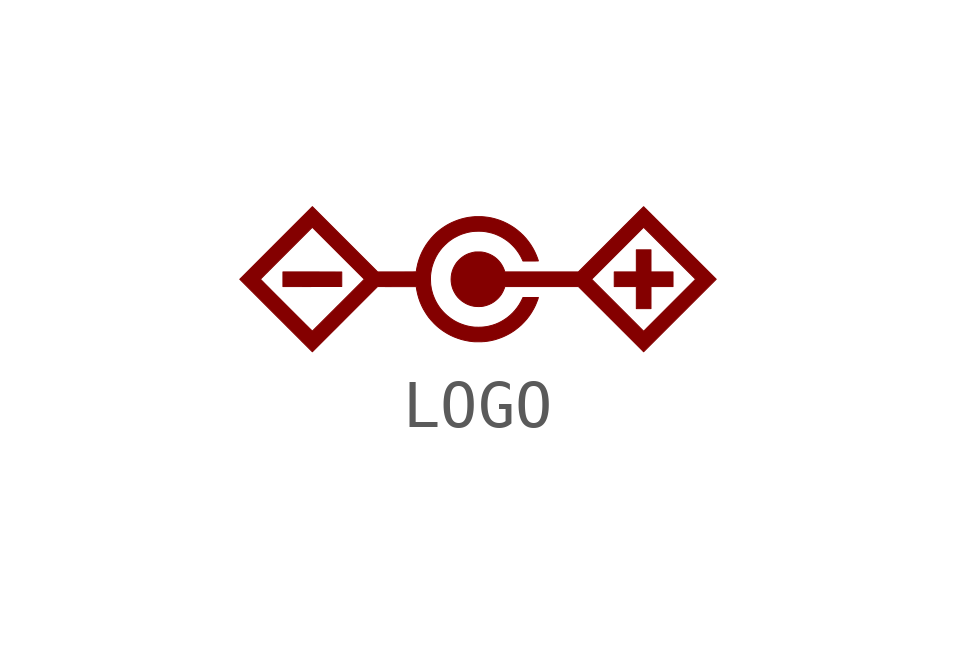
<source format=kicad_sym>
(kicad_symbol_lib
  (version 20220914)
  (generator "bitmap2component")
  (generator_version "9.0")
  (symbol "LOGO"
    (pin_names
      (offset 1.016))
    (property "Reference" "#G"
      (at 0 0.975 0)
      (effects (font (size 1.27 1.27)) hide))
    (symbol "LOGO_0_0"
      (polyline (pts (xy -3.463 -1.596) (xy -3.459 -1.592) (xy -3.451 -1.584) (xy -3.44 -1.573) (xy -3.425 -1.558) (xy -3.407 -1.54) (xy -3.386 -1.519) (xy -3.361 -1.494) (xy -3.334 -1.467) (xy -3.304 -1.437) (xy -3.272 -1.405) (xy -3.237 -1.37) (xy -3.2 -1.333) (xy -3.16 -1.293) (xy -3.119 -1.252) (xy -3.075 -1.208) (xy -3.03 -1.163) (xy -2.983 -1.117) (xy -2.935 -1.069) (xy -2.886 -1.019) (xy -2.835 -0.969) (xy -2.784 -0.917) (xy -2.105 -0.238) (xy -1.702 -0.239) (xy -1.3 -0.239) (xy -1.294 -0.28) (xy -1.287 -0.319) (xy -1.27 -0.399) (xy -1.247 -0.479) (xy -1.22 -0.557) (xy -1.187 -0.634) (xy -1.15 -0.708) (xy -1.108 -0.778) (xy -1.107 -0.78) (xy -1.099 -0.792) (xy -1.09 -0.806) (xy -1.08 -0.821) (xy -1.07 -0.836) (xy -1.06 -0.85) (xy -1.051 -0.863) (xy -1.043 -0.874) (xy -1.038 -0.881) (xy -1.035 -0.885) (xy -1.033 -0.887) (xy -1.028 -0.893) (xy -1.021 -0.901) (xy -1.012 -0.911) (xy -1.011 -0.913) (xy -0.996 -0.931) (xy -0.978 -0.951) (xy -0.959 -0.971) (xy -0.941 -0.991) (xy -0.923 -1.01) (xy -0.907 -1.025) (xy -0.901 -1.032) (xy -0.891 -1.04) (xy -0.884 -1.047) (xy -0.88 -1.052) (xy -0.873 -1.057) (xy -0.862 -1.067) (xy -0.848 -1.079) (xy -0.833 -1.091) (xy -0.816 -1.105) (xy -0.799 -1.118) (xy -0.784 -1.13) (xy -0.77 -1.14) (xy -0.726 -1.171) (xy -0.657 -1.214) (xy -0.585 -1.253) (xy -0.51 -1.287) (xy -0.433 -1.316) (xy -0.356 -1.341) (xy -0.277 -1.36) (xy -0.198 -1.375) (xy -0.185 -1.377) (xy -0.161 -1.38) (xy -0.14 -1.382) (xy -0.121 -1.384) (xy -0.102 -1.386) (xy -0.083 -1.387) (xy -0.061 -1.387) (xy -0.036 -1.387) (xy -0.007 -1.387) (xy 0.000300 -1.387) (xy 0.035 -1.387) (xy 0.065 -1.387) (xy 0.092 -1.385) (xy 0.117 -1.384) (xy 0.141 -1.381) (xy 0.165 -1.379) (xy 0.19 -1.375) (xy 0.203 -1.373) (xy 0.217 -1.371) (xy 0.228 -1.369) (xy 0.235 -1.368) (xy 0.237 -1.367) (xy 0.245 -1.366) (xy 0.25 -1.365) (xy 0.253 -1.364) (xy 0.26 -1.363) (xy 0.27 -1.36) (xy 0.282 -1.358) (xy 0.291 -1.356) (xy 0.344 -1.343) (xy 0.4 -1.325) (xy 0.457 -1.305) (xy 0.514 -1.282) (xy 0.57 -1.256) (xy 0.624 -1.228) (xy 0.675 -1.199) (xy 0.723 -1.168) (xy 0.756 -1.145) (xy 0.824 -1.092) (xy 0.888 -1.037) (xy 0.946 -0.978) (xy 1.001 -0.917) (xy 1.051 -0.852) (xy 1.098 -0.783) (xy 1.14 -0.711) (xy 1.145 -0.703) (xy 1.164 -0.666) (xy 1.183 -0.627) (xy 1.2 -0.586) (xy 1.216 -0.546) (xy 1.231 -0.508) (xy 1.242 -0.472) (xy 1.244 -0.465) (xy 1.083 -0.466) (xy 0.922 -0.466) (xy 0.905 -0.504) (xy 0.882 -0.55) (xy 0.846 -0.613) (xy 0.804 -0.674) (xy 0.759 -0.731) (xy 0.71 -0.785) (xy 0.657 -0.835) (xy 0.602 -0.881) (xy 0.542 -0.923) (xy 0.48 -0.961) (xy 0.416 -0.994) (xy 0.349 -1.022) (xy 0.28 -1.045) (xy 0.266 -1.048) (xy 0.249 -1.053) (xy 0.231 -1.057) (xy 0.212 -1.062) (xy 0.195 -1.066) (xy 0.18 -1.069) (xy 0.169 -1.071) (xy 0.153 -1.073) (xy 0.124 -1.077) (xy 0.098 -1.08) (xy 0.073 -1.082) (xy 0.049 -1.084) (xy 0.022 -1.084) (xy -0.009 -1.085) (xy -0.009 -1.085) (xy -0.027 -1.084) (xy -0.045 -1.084) (xy -0.061 -1.084) (xy -0.074 -1.083) (xy -0.082 -1.083) (xy -0.089 -1.082) (xy -0.104 -1.081) (xy -0.117 -1.079) (xy -0.151 -1.075) (xy -0.205 -1.065) (xy -0.261 -1.052) (xy -0.318 -1.034) (xy -0.374 -1.014) (xy -0.43 -0.99) (xy -0.483 -0.963) (xy -0.519 -0.942) (xy -0.564 -0.913) (xy -0.609 -0.88) (xy -0.653 -0.845) (xy -0.694 -0.808) (xy -0.732 -0.77) (xy -0.766 -0.732) (xy -0.774 -0.723) (xy -0.781 -0.714) (xy -0.786 -0.708) (xy -0.788 -0.706) (xy -0.789 -0.705) (xy -0.792 -0.702) (xy -0.797 -0.695) (xy -0.804 -0.685) (xy -0.813 -0.673) (xy -0.838 -0.637) (xy -0.872 -0.582) (xy -0.902 -0.525) (xy -0.928 -0.466) (xy -0.952 -0.405) (xy -0.97 -0.344) (xy -0.985 -0.284) (xy -0.994 -0.225) (xy -0.995 -0.221) (xy -0.996 -0.212) (xy -0.997 -0.205) (xy -0.998 -0.201) (xy -0.999 -0.187) (xy -1 -0.168) (xy -1.001 -0.145) (xy -1.002 -0.121) (xy -1.003 -0.096) (xy -1.003 -0.071) (xy -1.003 -0.047) (xy -1.002 -0.025) (xy -1.002 -0.007) (xy -1 0.007) (xy -0.999 0.016) (xy -0.994 0.055) (xy -0.988 0.091) (xy -0.982 0.124) (xy -0.976 0.153) (xy -0.967 0.185) (xy -0.944 0.256) (xy -0.916 0.325) (xy -0.884 0.391) (xy -0.847 0.454) (xy -0.805 0.514) (xy -0.76 0.571) (xy -0.71 0.623) (xy -0.657 0.672) (xy -0.654 0.675) (xy -0.646 0.682) (xy -0.639 0.688) (xy -0.635 0.691) (xy -0.635 0.691) (xy -0.628 0.697) (xy -0.618 0.705) (xy -0.605 0.714) (xy -0.591 0.725) (xy -0.575 0.736) (xy -0.56 0.746) (xy -0.546 0.756) (xy -0.534 0.764) (xy -0.528 0.768) (xy -0.508 0.779) (xy -0.484 0.792) (xy -0.458 0.805) (xy -0.432 0.819) (xy -0.406 0.831) (xy -0.382 0.841) (xy -0.361 0.85) (xy -0.344 0.856) (xy -0.309 0.868) (xy -0.273 0.878) (xy -0.239 0.888) (xy -0.206 0.895) (xy -0.178 0.9) (xy -0.175 0.901) (xy -0.165 0.903) (xy -0.154 0.904) (xy -0.147 0.906) (xy -0.123 0.909) (xy -0.095 0.911) (xy -0.063 0.913) (xy -0.031 0.914) (xy 0.003 0.915) (xy 0.035 0.914) (xy 0.067 0.913) (xy 0.095 0.911) (xy 0.119 0.908) (xy 0.142 0.905) (xy 0.211 0.892) (xy 0.277 0.876) (xy 0.339 0.856) (xy 0.404 0.829) (xy 0.469 0.797) (xy 0.531 0.76) (xy 0.592 0.719) (xy 0.648 0.674) (xy 0.701 0.624) (xy 0.748 0.575) (xy 0.795 0.517) (xy 0.837 0.457) (xy 0.875 0.394) (xy 0.908 0.327) (xy 0.923 0.294) (xy 1.084 0.294) (xy 1.085 0.294) (xy 1.121 0.294) (xy 1.15 0.294) (xy 1.175 0.294) (xy 1.196 0.295) (xy 1.212 0.295) (xy 1.224 0.295) (xy 1.234 0.296) (xy 1.239 0.296) (xy 1.243 0.297) (xy 1.243 0.298) (xy 1.242 0.302) (xy 1.24 0.31) (xy 1.237 0.319) (xy 1.236 0.321) (xy 1.228 0.345) (xy 1.218 0.372) (xy 1.206 0.402) (xy 1.193 0.433) (xy 1.179 0.464) (xy 1.165 0.494) (xy 1.151 0.521) (xy 1.13 0.56) (xy 1.086 0.632) (xy 1.037 0.701) (xy 0.985 0.766) (xy 0.928 0.828) (xy 0.868 0.885) (xy 0.804 0.939) (xy 0.737 0.989) (xy 0.666 1.034) (xy 0.593 1.075) (xy 0.518 1.111) (xy 0.44 1.142) (xy 0.359 1.168) (xy 0.355 1.169) (xy 0.334 1.175) (xy 0.312 1.181) (xy 0.29 1.186) (xy 0.269 1.191) (xy 0.251 1.195) (xy 0.237 1.197) (xy 0.233 1.198) (xy 0.225 1.199) (xy 0.219 1.2) (xy 0.205 1.203) (xy 0.183 1.206) (xy 0.158 1.209) (xy 0.133 1.212) (xy 0.109 1.214) (xy 0.107 1.214) (xy 0.096 1.216) (xy 0.086 1.216) (xy 0.081 1.217) (xy 0.08 1.217) (xy 0.074 1.218) (xy 0.063 1.218) (xy 0.049 1.218) (xy 0.033 1.218) (xy 0.014 1.218) (xy -0.005 1.218) (xy -0.025 1.218) (xy -0.043 1.218) (xy -0.059 1.218) (xy -0.073 1.218) (xy -0.083 1.218) (xy -0.088 1.217) (xy -0.089 1.217) (xy -0.097 1.216) (xy -0.108 1.215) (xy -0.12 1.214) (xy -0.151 1.211) (xy -0.219 1.202) (xy -0.289 1.188) (xy -0.359 1.17) (xy -0.429 1.148) (xy -0.497 1.122) (xy -0.564 1.093) (xy -0.627 1.061) (xy -0.664 1.04) (xy -0.712 1.01) (xy -0.759 0.978) (xy -0.803 0.946) (xy -0.845 0.912) (xy -0.882 0.88) (xy -0.93 0.833) (xy -0.989 0.769) (xy -1.043 0.702) (xy -1.093 0.632) (xy -1.137 0.56) (xy -1.177 0.485) (xy -1.212 0.407) (xy -1.241 0.328) (xy -1.266 0.245) (xy -1.267 0.24) (xy -1.272 0.222) (xy -1.276 0.201) (xy -1.281 0.179) (xy -1.285 0.159) (xy -1.289 0.141) (xy -1.291 0.127) (xy -1.291 0.126) (xy -1.293 0.117) (xy -1.294 0.109) (xy -1.294 0.106) (xy -1.296 0.097) (xy -1.297 0.087) (xy -1.298 0.081) (xy -1.299 0.073) (xy -1.3 0.069) (xy -1.302 0.069) (xy -1.31 0.069) (xy -1.323 0.069) (xy -1.34 0.069) (xy -1.362 0.068) (xy -1.387 0.068) (xy -1.417 0.068) (xy -1.45 0.068) (xy -1.486 0.068) (xy -1.525 0.068) (xy -1.566 0.067) (xy -1.61 0.067) (xy -1.655 0.067) (xy -1.702 0.067) (xy -2.103 0.067) (xy -2.783 0.747) (xy -3.463 1.427) (xy -4.219 0.671) (xy -4.974 -0.085) (xy -4.544 -0.085) (xy -4.544 -0.085) (xy -4.541 -0.082) (xy -4.535 -0.075) (xy -4.525 -0.065) (xy -4.511 -0.051) (xy -4.494 -0.034) (xy -4.474 -0.014) (xy -4.452 0.009) (xy -4.426 0.035) (xy -4.397 0.063) (xy -4.367 0.094) (xy -4.333 0.127) (xy -4.298 0.163) (xy -4.261 0.2) (xy -4.222 0.239) (xy -4.181 0.28) (xy -4.138 0.323) (xy -4.095 0.366) (xy -4.05 0.411) (xy -4.004 0.457) (xy -3.464 0.997) (xy -2.923 0.456) (xy -2.381 -0.085) (xy -2.921 -0.625) (xy -2.93 -0.633) (xy -2.976 -0.679) (xy -3.02 -0.724) (xy -3.064 -0.767) (xy -3.106 -0.809) (xy -3.147 -0.85) (xy -3.186 -0.889) (xy -3.223 -0.926) (xy -3.258 -0.961) (xy -3.291 -0.994) (xy -3.321 -1.024) (xy -3.349 -1.052) (xy -3.375 -1.077) (xy -3.397 -1.099) (xy -3.417 -1.119) (xy -3.433 -1.135) (xy -3.446 -1.148) (xy -3.456 -1.157) (xy -3.462 -1.163) (xy -3.464 -1.165) (xy -3.465 -1.164) (xy -3.468 -1.161) (xy -3.475 -1.154) (xy -3.486 -1.143) (xy -3.5 -1.13) (xy -3.517 -1.113) (xy -3.537 -1.093) (xy -3.56 -1.07) (xy -3.585 -1.045) (xy -3.613 -1.018) (xy -3.642 -0.988) (xy -3.674 -0.957) (xy -3.707 -0.923) (xy -3.742 -0.889) (xy -3.778 -0.853) (xy -3.816 -0.815) (xy -3.854 -0.777) (xy -3.893 -0.738) (xy -3.932 -0.699) (xy -3.972 -0.659) (xy -4.012 -0.619) (xy -4.052 -0.579) (xy -4.092 -0.539) (xy -4.131 -0.499) (xy -4.17 -0.461) (xy -4.208 -0.423) (xy -4.245 -0.386) (xy -4.281 -0.35) (xy -4.315 -0.316) (xy -4.347 -0.283) (xy -4.378 -0.252) (xy -4.407 -0.223) (xy -4.434 -0.196) (xy -4.458 -0.172) (xy -4.479 -0.15) (xy -4.498 -0.131) (xy -4.514 -0.115) (xy -4.527 -0.102) (xy -4.536 -0.093) (xy -4.542 -0.087) (xy -4.544 -0.085) (xy -4.974 -0.085) (xy -4.975 -0.085) (xy -4.22 -0.841) (xy -4.182 -0.879) (xy -4.128 -0.932) (xy -4.075 -0.985) (xy -4.024 -1.036) (xy -3.974 -1.087) (xy -3.925 -1.135) (xy -3.878 -1.182) (xy -3.833 -1.227) (xy -3.79 -1.27) (xy -3.749 -1.311) (xy -3.71 -1.35) (xy -3.674 -1.387) (xy -3.639 -1.421) (xy -3.608 -1.452) (xy -3.579 -1.481) (xy -3.553 -1.507) (xy -3.53 -1.53) (xy -3.51 -1.55) (xy -3.494 -1.566) (xy -3.481 -1.579) (xy -3.471 -1.588) (xy -3.466 -1.594) (xy -3.463 -1.596) (xy -3.463 -1.596)) (stroke (width 0.01) (type default)) (fill (type outline)))
      (polyline (pts (xy 4.192 -0.84) (xy 4.948 -0.085) (xy 4.192 0.67) (xy 4.155 0.708) (xy 4.101 0.762) (xy 4.049 0.814) (xy 3.997 0.866) (xy 3.947 0.916) (xy 3.899 0.964) (xy 3.852 1.011) (xy 3.807 1.056) (xy 3.763 1.099) (xy 3.722 1.141) (xy 3.683 1.179) (xy 3.647 1.216) (xy 3.612 1.25) (xy 3.581 1.282) (xy 3.552 1.31) (xy 3.526 1.336) (xy 3.503 1.359) (xy 3.483 1.379) (xy 3.466 1.395) (xy 3.453 1.408) (xy 3.444 1.418) (xy 3.438 1.424) (xy 3.436 1.425) (xy 3.435 1.425) (xy 3.431 1.421) (xy 3.423 1.413) (xy 3.412 1.402) (xy 3.397 1.387) (xy 3.379 1.369) (xy 3.357 1.348) (xy 3.333 1.324) (xy 3.306 1.297) (xy 3.276 1.267) (xy 3.243 1.234) (xy 3.208 1.199) (xy 3.171 1.162) (xy 3.131 1.123) (xy 3.09 1.081) (xy 3.046 1.038) (xy 3.001 0.993) (xy 2.955 0.946) (xy 2.907 0.898) (xy 2.857 0.849) (xy 2.807 0.798) (xy 2.755 0.746) (xy 2.076 0.067) (xy 1.311 0.067) (xy 0.546 0.068) (xy 0.535 0.1) (xy 0.533 0.107) (xy 0.513 0.156) (xy 0.488 0.203) (xy 0.459 0.249) (xy 0.425 0.291) (xy 0.387 0.331) (xy 0.346 0.366) (xy 0.326 0.381) (xy 0.281 0.409) (xy 0.232 0.434) (xy 0.181 0.454) (xy 0.129 0.47) (xy 0.075 0.48) (xy 0.069 0.481) (xy 0.055 0.482) (xy 0.038 0.483) (xy 0.018 0.483) (xy -0.002 0.483) (xy -0.023 0.483) (xy -0.042 0.483) (xy -0.059 0.482) (xy -0.073 0.482) (xy -0.083 0.481) (xy -0.13 0.471) (xy -0.173 0.459) (xy -0.213 0.446) (xy -0.25 0.43) (xy -0.286 0.411) (xy -0.322 0.388) (xy -0.336 0.378) (xy -0.362 0.358) (xy -0.388 0.335) (xy -0.413 0.311) (xy -0.436 0.286) (xy -0.456 0.263) (xy -0.477 0.233) (xy -0.506 0.184) (xy -0.53 0.134) (xy -0.549 0.081) (xy -0.563 0.027) (xy -0.571 -0.029) (xy -0.574 -0.085) (xy 2.354 -0.085) (xy 2.895 0.456) (xy 3.436 0.997) (xy 3.977 0.456) (xy 4.518 -0.085) (xy 3.977 -0.626) (xy 3.436 -1.168) (xy 2.895 -0.626) (xy 2.354 -0.085) (xy -0.574 -0.085) (xy -0.572 -0.134) (xy -0.565 -0.187) (xy -0.553 -0.239) (xy -0.536 -0.29) (xy -0.513 -0.341) (xy -0.493 -0.377) (xy -0.463 -0.424) (xy -0.428 -0.467) (xy -0.389 -0.505) (xy -0.347 -0.54) (xy -0.301 -0.571) (xy -0.253 -0.598) (xy -0.202 -0.62) (xy -0.148 -0.637) (xy -0.092 -0.649) (xy -0.088 -0.649) (xy -0.073 -0.651) (xy -0.054 -0.652) (xy -0.033 -0.653) (xy -0.01 -0.654) (xy 0.012 -0.654) (xy 0.033 -0.653) (xy 0.051 -0.653) (xy 0.065 -0.652) (xy 0.11 -0.644) (xy 0.164 -0.63) (xy 0.216 -0.611) (xy 0.266 -0.588) (xy 0.313 -0.559) (xy 0.357 -0.526) (xy 0.399 -0.488) (xy 0.437 -0.447) (xy 0.471 -0.402) (xy 0.478 -0.391) (xy 0.491 -0.367) (xy 0.505 -0.342) (xy 0.517 -0.315) (xy 0.528 -0.29) (xy 0.537 -0.267) (xy 0.546 -0.238) (xy 1.312 -0.238) (xy 2.078 -0.238) (xy 2.757 -0.917) (xy 3.436 -1.596) (xy 4.192 -0.84)) (stroke (width 0.01) (type default)) (fill (type outline)))
      (polyline (pts (xy -3.463 -0.237) (xy -2.851 -0.236) (xy -2.851 -0.085) (xy -2.851 0.066) (xy -3.463 0.067) (xy -4.076 0.067) (xy -4.076 -0.085) (xy -4.076 -0.238) (xy -3.463 -0.237)) (stroke (width 0.01) (type default)) (fill (type outline)))
      (polyline (pts (xy 3.589 -0.468) (xy 3.589 -0.238) (xy 3.818 -0.238) (xy 4.048 -0.238) (xy 4.048 -0.085) (xy 4.048 0.067) (xy 3.818 0.067) (xy 3.589 0.067) (xy 3.589 0.297) (xy 3.589 0.527) (xy 3.436 0.527) (xy 3.284 0.527) (xy 3.284 0.297) (xy 3.284 0.067) (xy 3.054 0.067) (xy 2.824 0.067) (xy 2.824 -0.085) (xy 2.824 -0.238) (xy 3.054 -0.238) (xy 3.284 -0.238) (xy 3.284 -0.468) (xy 3.284 -0.697) (xy 3.436 -0.697) (xy 3.589 -0.697) (xy 3.589 -0.468)) (stroke (width 0.01) (type default)) (fill (type outline))))))
</source>
